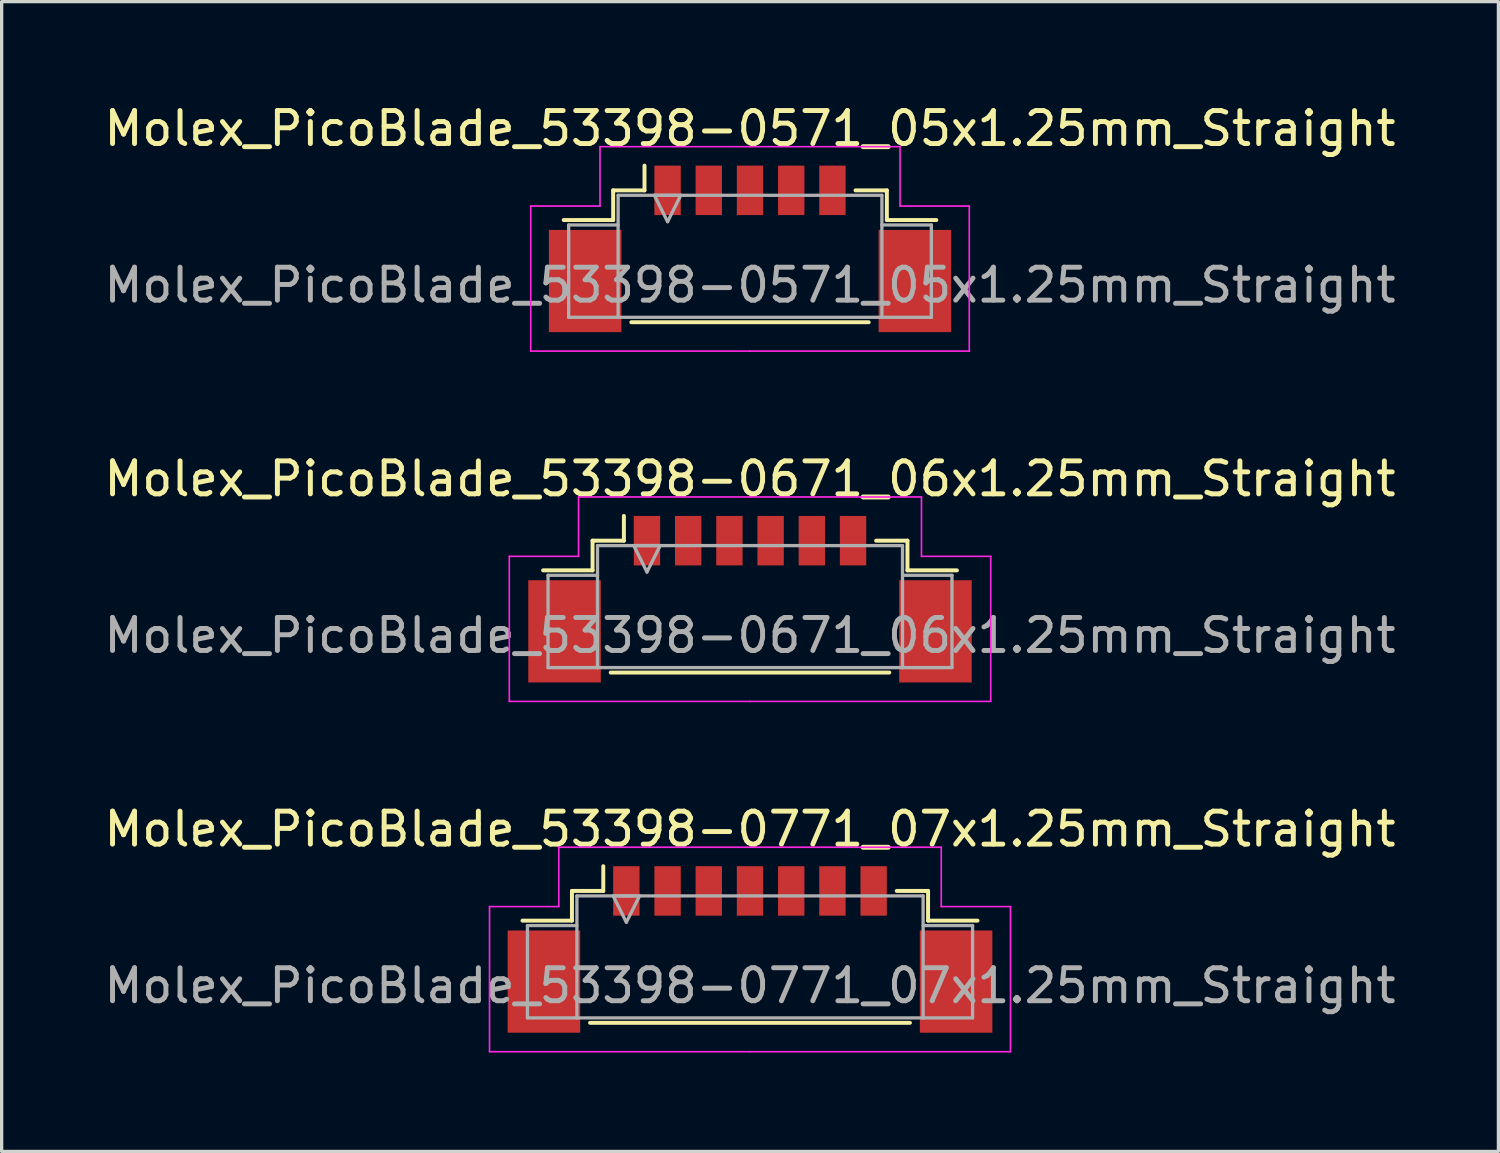
<source format=kicad_pcb>
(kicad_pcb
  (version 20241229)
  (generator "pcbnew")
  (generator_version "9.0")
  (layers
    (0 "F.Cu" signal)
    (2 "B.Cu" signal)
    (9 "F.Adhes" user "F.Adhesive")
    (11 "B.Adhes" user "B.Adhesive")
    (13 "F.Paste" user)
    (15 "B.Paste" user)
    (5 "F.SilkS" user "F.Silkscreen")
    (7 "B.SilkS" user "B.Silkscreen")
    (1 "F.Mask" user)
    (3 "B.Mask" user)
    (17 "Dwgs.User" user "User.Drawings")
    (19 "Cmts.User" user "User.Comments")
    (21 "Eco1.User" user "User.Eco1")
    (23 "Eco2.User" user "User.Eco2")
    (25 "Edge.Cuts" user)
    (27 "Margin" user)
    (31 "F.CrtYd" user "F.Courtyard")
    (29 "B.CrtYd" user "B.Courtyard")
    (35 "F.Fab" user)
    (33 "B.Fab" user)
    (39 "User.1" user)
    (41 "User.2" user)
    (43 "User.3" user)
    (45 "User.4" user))
  (footprint "Molex_PicoBlade_53398-0671_06x1.25mm_Straight"
    (layer "F.Cu")
    (at 19.696 14.722)
    (property "Reference" "Molex_PicoBlade_53398-0671_06x1.25mm_Straight" (at 0 -3.25 0) (layer "F.SilkS") (effects (font (size 1 1) (thickness 0.15))))
    (attr smd)
    (fp_line (start -4.775 -1.375) (end -4.775 -0.475) (stroke (width 0.12) (type solid)) (layer "F.SilkS"))
    (fp_line (start -4.775 -0.475) (end -6.275 -0.475) (stroke (width 0.12) (type solid)) (layer "F.SilkS"))
    (fp_line (start -4.225 2.625) (end 4.225 2.625) (stroke (width 0.12) (type solid)) (layer "F.SilkS"))
    (fp_line (start -3.825 -1.375) (end -4.775 -1.375) (stroke (width 0.12) (type solid)) (layer "F.SilkS"))
    (fp_line (start -3.825 -1.375) (end -3.825 -2.125) (stroke (width 0.12) (type solid)) (layer "F.SilkS"))
    (fp_line (start 3.825 -1.375) (end 4.775 -1.375) (stroke (width 0.12) (type solid)) (layer "F.SilkS"))
    (fp_line (start 4.775 -1.375) (end 4.775 -0.475) (stroke (width 0.12) (type solid)) (layer "F.SilkS"))
    (fp_line (start 4.775 -0.475) (end 6.275 -0.475) (stroke (width 0.12) (type solid)) (layer "F.SilkS"))
    (fp_line (start -7.3 -0.9) (end -7.3 3.5) (stroke (width 0.05) (type solid)) (layer "F.CrtYd"))
    (fp_line (start -7.3 3.5) (end 0 3.5) (stroke (width 0.05) (type solid)) (layer "F.CrtYd"))
    (fp_line (start -5.2 -2.7) (end -5.2 -0.9) (stroke (width 0.05) (type solid)) (layer "F.CrtYd"))
    (fp_line (start -5.2 -0.9) (end -7.3 -0.9) (stroke (width 0.05) (type solid)) (layer "F.CrtYd"))
    (fp_line (start 0 -2.7) (end -5.2 -2.7) (stroke (width 0.05) (type solid)) (layer "F.CrtYd"))
    (fp_line (start 0 -2.7) (end 5.2 -2.7) (stroke (width 0.05) (type solid)) (layer "F.CrtYd"))
    (fp_line (start 5.2 -2.7) (end 5.2 -0.9) (stroke (width 0.05) (type solid)) (layer "F.CrtYd"))
    (fp_line (start 5.2 -0.9) (end 7.3 -0.9) (stroke (width 0.05) (type solid)) (layer "F.CrtYd"))
    (fp_line (start 7.3 -0.9) (end 7.3 3.5) (stroke (width 0.05) (type solid)) (layer "F.CrtYd"))
    (fp_line (start 7.3 3.5) (end 0 3.5) (stroke (width 0.05) (type solid)) (layer "F.CrtYd"))
    (fp_line (start -6.125 -0.325) (end -4.625 -0.325) (stroke (width 0.1) (type solid)) (layer "F.Fab"))
    (fp_line (start -6.125 2.475) (end -6.125 -0.325) (stroke (width 0.1) (type solid)) (layer "F.Fab"))
    (fp_line (start -4.625 -1.225) (end -4.625 2.475) (stroke (width 0.1) (type solid)) (layer "F.Fab"))
    (fp_line (start -4.625 2.475) (end -6.125 2.475) (stroke (width 0.1) (type solid)) (layer "F.Fab"))
    (fp_line (start -4.625 2.475) (end 4.625 2.475) (stroke (width 0.1) (type solid)) (layer "F.Fab"))
    (fp_line (start -3.525 -1.225) (end -3.125 -0.425) (stroke (width 0.1) (type solid)) (layer "F.Fab"))
    (fp_line (start -3.125 -0.425) (end -2.725 -1.225) (stroke (width 0.1) (type solid)) (layer "F.Fab"))
    (fp_line (start -2.725 -1.225) (end -3.525 -1.225) (stroke (width 0.1) (type solid)) (layer "F.Fab"))
    (fp_line (start 4.625 -1.225) (end -4.625 -1.225) (stroke (width 0.1) (type solid)) (layer "F.Fab"))
    (fp_line (start 4.625 2.475) (end 4.625 -1.225) (stroke (width 0.1) (type solid)) (layer "F.Fab"))
    (fp_line (start 4.625 2.475) (end 6.125 2.475) (stroke (width 0.1) (type solid)) (layer "F.Fab"))
    (fp_line (start 6.125 -0.325) (end 4.625 -0.325) (stroke (width 0.1) (type solid)) (layer "F.Fab"))
    (fp_line (start 6.125 2.475) (end 6.125 -0.325) (stroke (width 0.1) (type solid)) (layer "F.Fab"))
    (fp_text user "${REFERENCE}" (at 0 1.5 0) (layer "F.Fab") (effects (font (size 1 1) (thickness 0.15))))
    (pad "" smd rect (at -5.625 1.375) (size 2.2 3.1) (layers "F.Cu" "F.Mask" "F.Paste"))
    (pad "" smd rect (at 5.625 1.375) (size 2.2 3.1) (layers "F.Cu" "F.Mask" "F.Paste"))
    (pad "1" smd rect (at -3.125 -1.375) (size 0.8 1.5) (layers "F.Cu" "F.Mask" "F.Paste"))
    (pad "2" smd rect (at -1.875 -1.375) (size 0.8 1.5) (layers "F.Cu" "F.Mask" "F.Paste"))
    (pad "3" smd rect (at -0.625 -1.375) (size 0.8 1.5) (layers "F.Cu" "F.Mask" "F.Paste"))
    (pad "4" smd rect (at 0.625 -1.375) (size 0.8 1.5) (layers "F.Cu" "F.Mask" "F.Paste"))
    (pad "5" smd rect (at 1.875 -1.375) (size 0.8 1.5) (layers "F.Cu" "F.Mask" "F.Paste"))
    (pad "6" smd rect (at 3.125 -1.375) (size 0.8 1.5) (layers "F.Cu" "F.Mask" "F.Paste")))
  (footprint "Molex_PicoBlade_53398-0571_05x1.25mm_Straight"
    (layer "F.Cu")
    (at 19.696 4.098)
    (property "Reference" "Molex_PicoBlade_53398-0571_05x1.25mm_Straight" (at 0 -3.25 0) (layer "F.SilkS") (effects (font (size 1 1) (thickness 0.15))))
    (attr smd)
    (fp_line (start -4.15 -1.375) (end -4.15 -0.475) (stroke (width 0.12) (type solid)) (layer "F.SilkS"))
    (fp_line (start -4.15 -0.475) (end -5.65 -0.475) (stroke (width 0.12) (type solid)) (layer "F.SilkS"))
    (fp_line (start -3.6 2.625) (end 3.6 2.625) (stroke (width 0.12) (type solid)) (layer "F.SilkS"))
    (fp_line (start -3.2 -1.375) (end -4.15 -1.375) (stroke (width 0.12) (type solid)) (layer "F.SilkS"))
    (fp_line (start -3.2 -1.375) (end -3.2 -2.125) (stroke (width 0.12) (type solid)) (layer "F.SilkS"))
    (fp_line (start 3.2 -1.375) (end 4.15 -1.375) (stroke (width 0.12) (type solid)) (layer "F.SilkS"))
    (fp_line (start 4.15 -1.375) (end 4.15 -0.475) (stroke (width 0.12) (type solid)) (layer "F.SilkS"))
    (fp_line (start 4.15 -0.475) (end 5.65 -0.475) (stroke (width 0.12) (type solid)) (layer "F.SilkS"))
    (fp_line (start -6.65 -0.9) (end -6.65 3.5) (stroke (width 0.05) (type solid)) (layer "F.CrtYd"))
    (fp_line (start -6.65 3.5) (end 0 3.5) (stroke (width 0.05) (type solid)) (layer "F.CrtYd"))
    (fp_line (start -4.55 -2.7) (end -4.55 -0.9) (stroke (width 0.05) (type solid)) (layer "F.CrtYd"))
    (fp_line (start -4.55 -0.9) (end -6.65 -0.9) (stroke (width 0.05) (type solid)) (layer "F.CrtYd"))
    (fp_line (start 0 -2.7) (end -4.55 -2.7) (stroke (width 0.05) (type solid)) (layer "F.CrtYd"))
    (fp_line (start 0 -2.7) (end 4.55 -2.7) (stroke (width 0.05) (type solid)) (layer "F.CrtYd"))
    (fp_line (start 4.55 -2.7) (end 4.55 -0.9) (stroke (width 0.05) (type solid)) (layer "F.CrtYd"))
    (fp_line (start 4.55 -0.9) (end 6.65 -0.9) (stroke (width 0.05) (type solid)) (layer "F.CrtYd"))
    (fp_line (start 6.65 -0.9) (end 6.65 3.5) (stroke (width 0.05) (type solid)) (layer "F.CrtYd"))
    (fp_line (start 6.65 3.5) (end 0 3.5) (stroke (width 0.05) (type solid)) (layer "F.CrtYd"))
    (fp_line (start -5.5 -0.325) (end -4 -0.325) (stroke (width 0.1) (type solid)) (layer "F.Fab"))
    (fp_line (start -5.5 2.475) (end -5.5 -0.325) (stroke (width 0.1) (type solid)) (layer "F.Fab"))
    (fp_line (start -4 -1.225) (end -4 2.475) (stroke (width 0.1) (type solid)) (layer "F.Fab"))
    (fp_line (start -4 2.475) (end -5.5 2.475) (stroke (width 0.1) (type solid)) (layer "F.Fab"))
    (fp_line (start -4 2.475) (end 4 2.475) (stroke (width 0.1) (type solid)) (layer "F.Fab"))
    (fp_line (start -2.9 -1.225) (end -2.5 -0.425) (stroke (width 0.1) (type solid)) (layer "F.Fab"))
    (fp_line (start -2.5 -0.425) (end -2.1 -1.225) (stroke (width 0.1) (type solid)) (layer "F.Fab"))
    (fp_line (start -2.1 -1.225) (end -2.9 -1.225) (stroke (width 0.1) (type solid)) (layer "F.Fab"))
    (fp_line (start 4 -1.225) (end -4 -1.225) (stroke (width 0.1) (type solid)) (layer "F.Fab"))
    (fp_line (start 4 2.475) (end 4 -1.225) (stroke (width 0.1) (type solid)) (layer "F.Fab"))
    (fp_line (start 4 2.475) (end 5.5 2.475) (stroke (width 0.1) (type solid)) (layer "F.Fab"))
    (fp_line (start 5.5 -0.325) (end 4 -0.325) (stroke (width 0.1) (type solid)) (layer "F.Fab"))
    (fp_line (start 5.5 2.475) (end 5.5 -0.325) (stroke (width 0.1) (type solid)) (layer "F.Fab"))
    (fp_text user "${REFERENCE}" (at 0 1.5 0) (layer "F.Fab") (effects (font (size 1 1) (thickness 0.15))))
    (pad "" smd rect (at -5 1.375) (size 2.2 3.1) (layers "F.Cu" "F.Mask" "F.Paste"))
    (pad "" smd rect (at 5 1.375) (size 2.2 3.1) (layers "F.Cu" "F.Mask" "F.Paste"))
    (pad "1" smd rect (at -2.5 -1.375) (size 0.8 1.5) (layers "F.Cu" "F.Mask" "F.Paste"))
    (pad "2" smd rect (at -1.25 -1.375) (size 0.8 1.5) (layers "F.Cu" "F.Mask" "F.Paste"))
    (pad "3" smd rect (at 0 -1.375) (size 0.8 1.5) (layers "F.Cu" "F.Mask" "F.Paste"))
    (pad "4" smd rect (at 1.25 -1.375) (size 0.8 1.5) (layers "F.Cu" "F.Mask" "F.Paste"))
    (pad "5" smd rect (at 2.5 -1.375) (size 0.8 1.5) (layers "F.Cu" "F.Mask" "F.Paste")))
  (footprint "Molex_PicoBlade_53398-0771_07x1.25mm_Straight"
    (layer "F.Cu")
    (at 19.696 25.345)
    (property "Reference" "Molex_PicoBlade_53398-0771_07x1.25mm_Straight" (at 0 -3.25 0) (layer "F.SilkS") (effects (font (size 1 1) (thickness 0.15))))
    (attr smd)
    (fp_line (start -5.4 -1.375) (end -5.4 -0.475) (stroke (width 0.12) (type solid)) (layer "F.SilkS"))
    (fp_line (start -5.4 -0.475) (end -6.9 -0.475) (stroke (width 0.12) (type solid)) (layer "F.SilkS"))
    (fp_line (start -4.85 2.625) (end 4.85 2.625) (stroke (width 0.12) (type solid)) (layer "F.SilkS"))
    (fp_line (start -4.45 -1.375) (end -5.4 -1.375) (stroke (width 0.12) (type solid)) (layer "F.SilkS"))
    (fp_line (start -4.45 -1.375) (end -4.45 -2.125) (stroke (width 0.12) (type solid)) (layer "F.SilkS"))
    (fp_line (start 4.45 -1.375) (end 5.4 -1.375) (stroke (width 0.12) (type solid)) (layer "F.SilkS"))
    (fp_line (start 5.4 -1.375) (end 5.4 -0.475) (stroke (width 0.12) (type solid)) (layer "F.SilkS"))
    (fp_line (start 5.4 -0.475) (end 6.9 -0.475) (stroke (width 0.12) (type solid)) (layer "F.SilkS"))
    (fp_line (start -7.9 -0.9) (end -7.9 3.5) (stroke (width 0.05) (type solid)) (layer "F.CrtYd"))
    (fp_line (start -7.9 3.5) (end 0 3.5) (stroke (width 0.05) (type solid)) (layer "F.CrtYd"))
    (fp_line (start -5.8 -2.7) (end -5.8 -0.9) (stroke (width 0.05) (type solid)) (layer "F.CrtYd"))
    (fp_line (start -5.8 -0.9) (end -7.9 -0.9) (stroke (width 0.05) (type solid)) (layer "F.CrtYd"))
    (fp_line (start 0 -2.7) (end -5.8 -2.7) (stroke (width 0.05) (type solid)) (layer "F.CrtYd"))
    (fp_line (start 0 -2.7) (end 5.8 -2.7) (stroke (width 0.05) (type solid)) (layer "F.CrtYd"))
    (fp_line (start 5.8 -2.7) (end 5.8 -0.9) (stroke (width 0.05) (type solid)) (layer "F.CrtYd"))
    (fp_line (start 5.8 -0.9) (end 7.9 -0.9) (stroke (width 0.05) (type solid)) (layer "F.CrtYd"))
    (fp_line (start 7.9 -0.9) (end 7.9 3.5) (stroke (width 0.05) (type solid)) (layer "F.CrtYd"))
    (fp_line (start 7.9 3.5) (end 0 3.5) (stroke (width 0.05) (type solid)) (layer "F.CrtYd"))
    (fp_line (start -6.75 -0.325) (end -5.25 -0.325) (stroke (width 0.1) (type solid)) (layer "F.Fab"))
    (fp_line (start -6.75 2.475) (end -6.75 -0.325) (stroke (width 0.1) (type solid)) (layer "F.Fab"))
    (fp_line (start -5.25 -1.225) (end -5.25 2.475) (stroke (width 0.1) (type solid)) (layer "F.Fab"))
    (fp_line (start -5.25 2.475) (end -6.75 2.475) (stroke (width 0.1) (type solid)) (layer "F.Fab"))
    (fp_line (start -5.25 2.475) (end 5.25 2.475) (stroke (width 0.1) (type solid)) (layer "F.Fab"))
    (fp_line (start -4.15 -1.225) (end -3.75 -0.425) (stroke (width 0.1) (type solid)) (layer "F.Fab"))
    (fp_line (start -3.75 -0.425) (end -3.35 -1.225) (stroke (width 0.1) (type solid)) (layer "F.Fab"))
    (fp_line (start -3.35 -1.225) (end -4.15 -1.225) (stroke (width 0.1) (type solid)) (layer "F.Fab"))
    (fp_line (start 5.25 -1.225) (end -5.25 -1.225) (stroke (width 0.1) (type solid)) (layer "F.Fab"))
    (fp_line (start 5.25 2.475) (end 5.25 -1.225) (stroke (width 0.1) (type solid)) (layer "F.Fab"))
    (fp_line (start 5.25 2.475) (end 6.75 2.475) (stroke (width 0.1) (type solid)) (layer "F.Fab"))
    (fp_line (start 6.75 -0.325) (end 5.25 -0.325) (stroke (width 0.1) (type solid)) (layer "F.Fab"))
    (fp_line (start 6.75 2.475) (end 6.75 -0.325) (stroke (width 0.1) (type solid)) (layer "F.Fab"))
    (fp_text user "${REFERENCE}" (at 0 1.5 0) (layer "F.Fab") (effects (font (size 1 1) (thickness 0.15))))
    (pad "" smd rect (at -6.25 1.375) (size 2.2 3.1) (layers "F.Cu" "F.Mask" "F.Paste"))
    (pad "" smd rect (at 6.25 1.375) (size 2.2 3.1) (layers "F.Cu" "F.Mask" "F.Paste"))
    (pad "1" smd rect (at -3.75 -1.375) (size 0.8 1.5) (layers "F.Cu" "F.Mask" "F.Paste"))
    (pad "2" smd rect (at -2.5 -1.375) (size 0.8 1.5) (layers "F.Cu" "F.Mask" "F.Paste"))
    (pad "3" smd rect (at -1.25 -1.375) (size 0.8 1.5) (layers "F.Cu" "F.Mask" "F.Paste"))
    (pad "4" smd rect (at 0 -1.375) (size 0.8 1.5) (layers "F.Cu" "F.Mask" "F.Paste"))
    (pad "5" smd rect (at 1.25 -1.375) (size 0.8 1.5) (layers "F.Cu" "F.Mask" "F.Paste"))
    (pad "6" smd rect (at 2.5 -1.375) (size 0.8 1.5) (layers "F.Cu" "F.Mask" "F.Paste"))
    (pad "7" smd rect (at 3.75 -1.375) (size 0.8 1.5) (layers "F.Cu" "F.Mask" "F.Paste")))
  (gr_rect
    (start -3 -3)
    (end 42.393 31.87)
    (stroke (width 0.1) (type default))
    (fill no)
    (layer "Edge.Cuts")))
</source>
